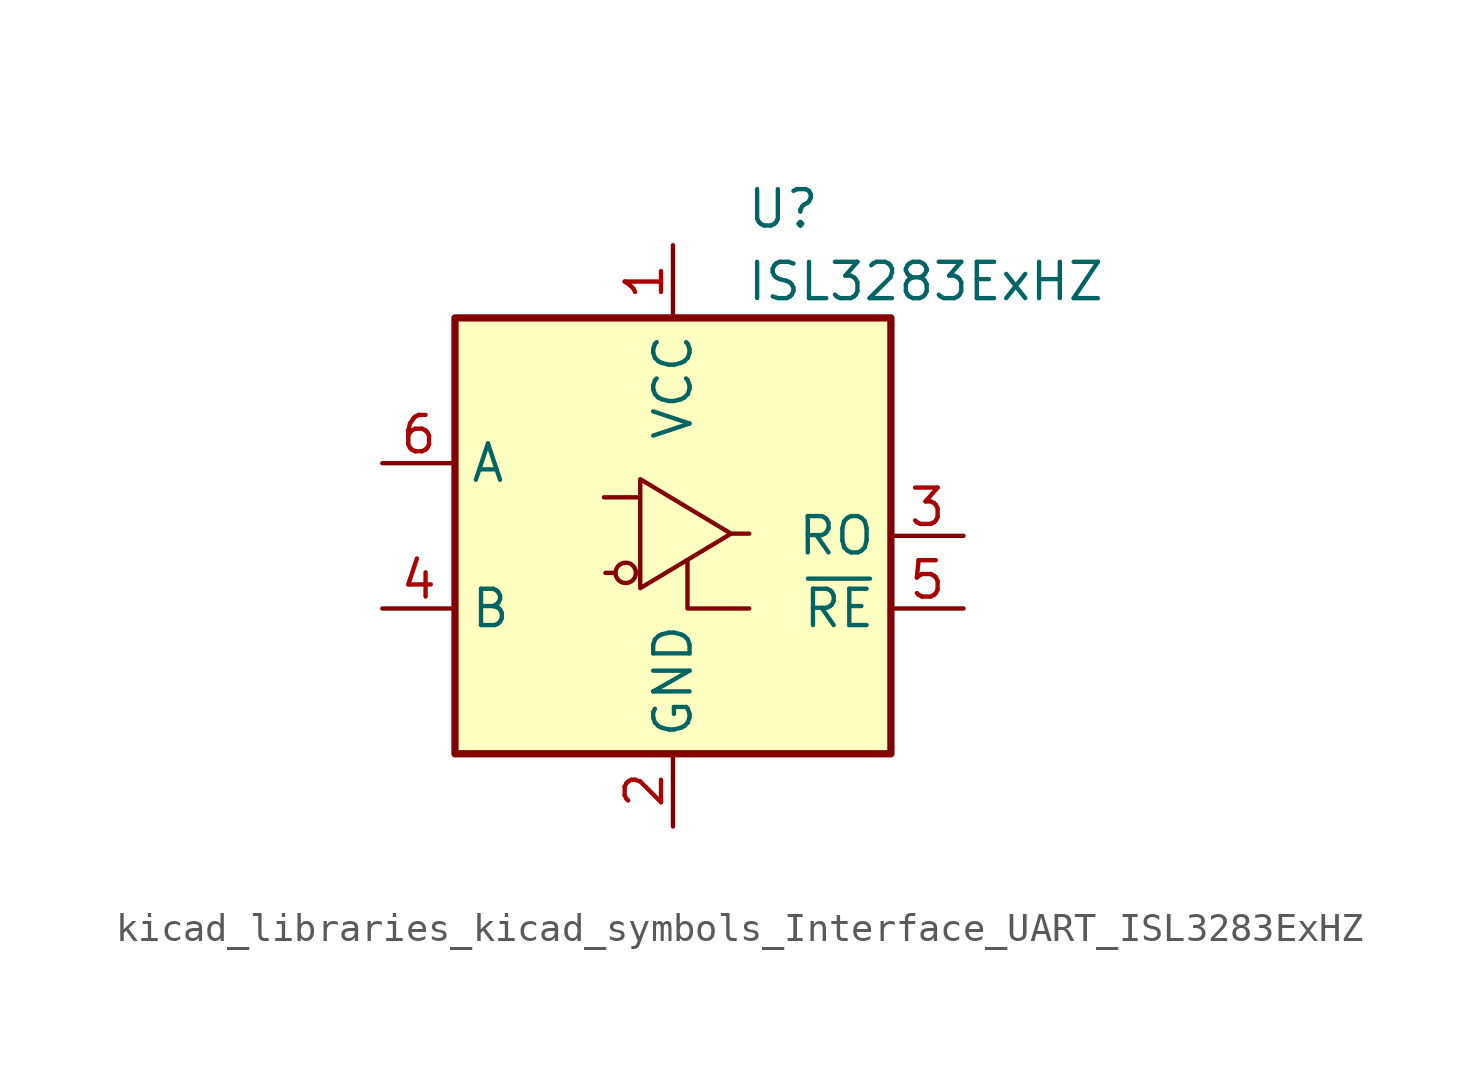
<source format=kicad_sym>
(kicad_symbol_lib
  (version 20220914)
  (generator kicad_symbol_editor)
  (symbol "kicad_libraries_kicad_symbols_Interface_UART_ISL3283ExHZ"
    (property "Reference" "U"
      (at 2.54 11.43 0)
      (effects (font (size 1.27 1.27)) (justify left)))
    (property "Value" "ISL3283ExHZ"
      (at 2.54 8.89 0)
      (effects (font (size 1.27 1.27)) (justify left)))
    (symbol "kicad_libraries_kicad_symbols_Interface_UART_ISL3283ExHZ_0_1"
      (polyline (pts (xy 0.508 -0.889) (xy 0.508 -2.54) (xy 2.667 -2.54)) (stroke (width 0) (type default)) (fill (type none)))
      (rectangle (start 7.62 7.62) (end -7.62 -7.62) (stroke (width 0.254) (type default)) (fill (type background))))
    (symbol "kicad_libraries_kicad_symbols_Interface_UART_ISL3283ExHZ_1_1"
      (circle (center -1.651 -1.295) (radius 0.356) (stroke (width 0) (type default)) (fill (type none)))
      (polyline (pts (xy -2.057 -1.295) (xy -2.362 -1.295)) (stroke (width 0) (type default)) (fill (type none)))
      (polyline (pts (xy 2.032 0.076) (xy 2.667 0.076)) (stroke (width 0) (type default)) (fill (type none)))
      (polyline (pts (xy -1.143 1.981) (xy -1.143 -1.829) (xy 2.032 0.076) (xy -1.143 1.981) (xy -1.143 1.346) (xy -2.413 1.346)) (stroke (width 0) (type default)) (fill (type none)))
      (pin power_in line (at 0 10.16 270) (length 2.54) (name "VCC" (effects (font (size 1.27 1.27)))) (number "1" (effects (font (size 1.27 1.27)))))
      (pin power_in line (at 0 -10.16 90) (length 2.54) (name "GND" (effects (font (size 1.27 1.27)))) (number "2" (effects (font (size 1.27 1.27)))))
      (pin output line (at 10.16 0 180) (length 2.54) (name "RO" (effects (font (size 1.27 1.27)))) (number "3" (effects (font (size 1.27 1.27)))))
      (pin input line (at -10.16 -2.54 0) (length 2.54) (name "B" (effects (font (size 1.27 1.27)))) (number "4" (effects (font (size 1.27 1.27)))))
      (pin input line (at 10.16 -2.54 180) (length 2.54) (name "~{RE}" (effects (font (size 1.27 1.27)))) (number "5" (effects (font (size 1.27 1.27)))))
      (pin input line (at -10.16 2.54 0) (length 2.54) (name "A" (effects (font (size 1.27 1.27)))) (number "6" (effects (font (size 1.27 1.27))))))))
</source>
